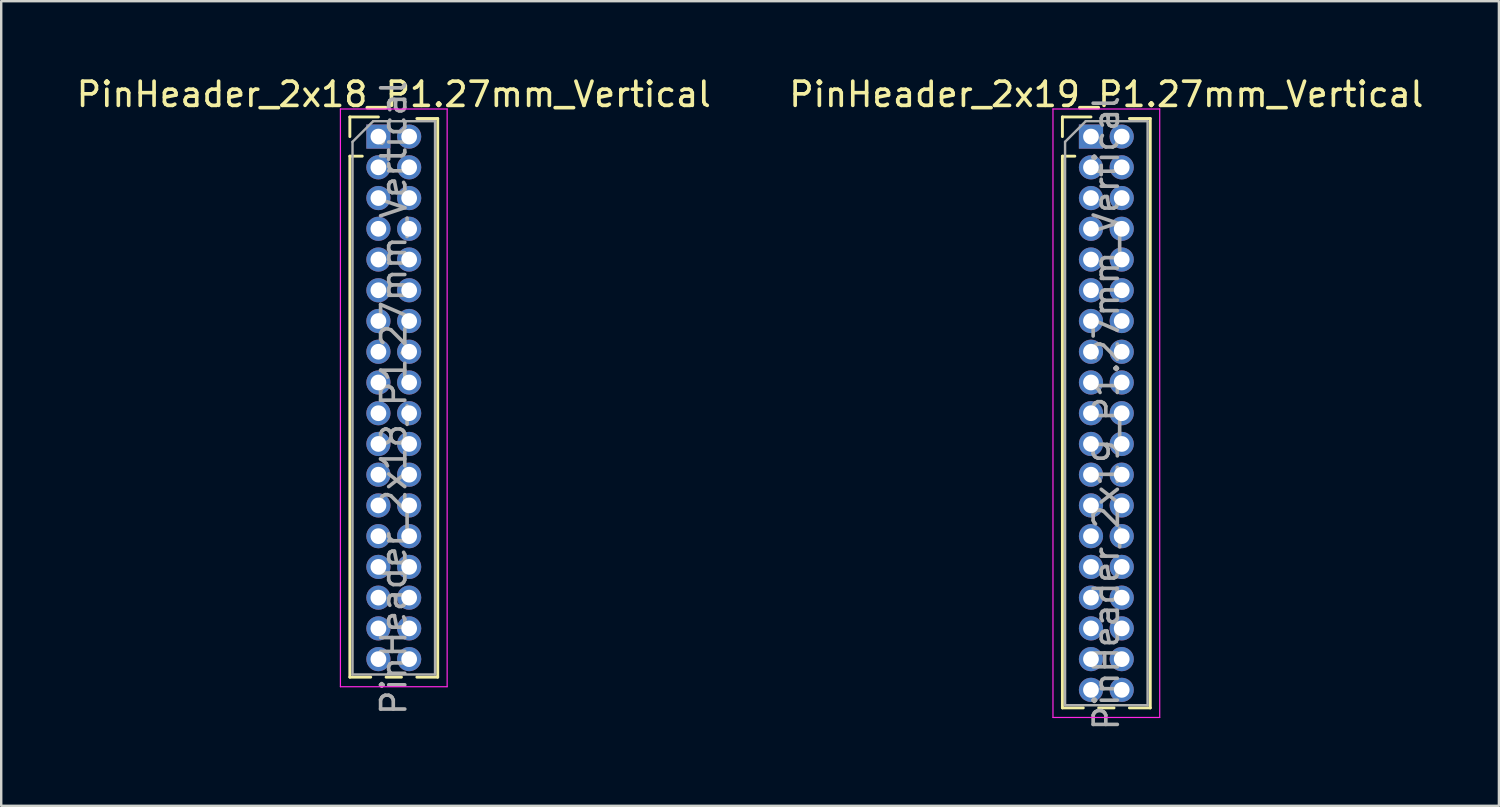
<source format=kicad_pcb>
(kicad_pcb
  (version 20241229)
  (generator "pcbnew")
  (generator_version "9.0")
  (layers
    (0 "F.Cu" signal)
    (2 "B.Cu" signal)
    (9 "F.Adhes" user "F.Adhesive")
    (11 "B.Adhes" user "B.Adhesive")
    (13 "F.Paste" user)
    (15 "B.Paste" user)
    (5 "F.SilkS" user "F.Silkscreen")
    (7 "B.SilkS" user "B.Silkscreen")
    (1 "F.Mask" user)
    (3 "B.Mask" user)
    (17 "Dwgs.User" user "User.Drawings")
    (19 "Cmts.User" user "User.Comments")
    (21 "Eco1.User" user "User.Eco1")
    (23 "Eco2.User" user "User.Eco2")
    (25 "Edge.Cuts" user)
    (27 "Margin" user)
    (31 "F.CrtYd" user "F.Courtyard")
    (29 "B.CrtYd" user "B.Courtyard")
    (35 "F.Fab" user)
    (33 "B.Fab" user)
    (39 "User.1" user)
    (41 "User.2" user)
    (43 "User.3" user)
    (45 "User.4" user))
  (footprint "PinHeader_2x18_P1.27mm_Vertical"
    (layer "F.Cu")
    (at 12.585 2.593)
    (property "Reference" "PinHeader_2x18_P1.27mm_Vertical" (at 0.635 -1.745 0) (layer "F.SilkS") (effects (font (size 1 1) (thickness 0.15))))
    (attr through_hole)
    (fp_line (start -1.18 -0.81) (end 0 -0.81) (stroke (width 0.12) (type solid)) (layer "F.SilkS"))
    (fp_line (start -1.18 0) (end -1.18 -0.81) (stroke (width 0.12) (type solid)) (layer "F.SilkS"))
    (fp_line (start -1.18 0.81) (end -1.18 22.335) (stroke (width 0.12) (type solid)) (layer "F.SilkS"))
    (fp_line (start -1.18 0.81) (end -0.667 0.81) (stroke (width 0.12) (type solid)) (layer "F.SilkS"))
    (fp_line (start -1.18 22.335) (end -0.318 22.335) (stroke (width 0.12) (type solid)) (layer "F.SilkS"))
    (fp_line (start 0.318 22.335) (end 0.952 22.335) (stroke (width 0.12) (type solid)) (layer "F.SilkS"))
    (fp_line (start 1.588 -0.745) (end 2.45 -0.745) (stroke (width 0.12) (type solid)) (layer "F.SilkS"))
    (fp_line (start 1.588 22.335) (end 2.45 22.335) (stroke (width 0.12) (type solid)) (layer "F.SilkS"))
    (fp_line (start 2.45 -0.745) (end 2.45 22.335) (stroke (width 0.12) (type solid)) (layer "F.SilkS"))
    (fp_line (start -1.57 -1.14) (end -1.57 22.73) (stroke (width 0.05) (type solid)) (layer "F.CrtYd"))
    (fp_line (start -1.57 22.73) (end 2.84 22.73) (stroke (width 0.05) (type solid)) (layer "F.CrtYd"))
    (fp_line (start 2.84 -1.14) (end -1.57 -1.14) (stroke (width 0.05) (type solid)) (layer "F.CrtYd"))
    (fp_line (start 2.84 22.73) (end 2.84 -1.14) (stroke (width 0.05) (type solid)) (layer "F.CrtYd"))
    (fp_line (start -1.07 0.217) (end -0.217 -0.635) (stroke (width 0.1) (type solid)) (layer "F.Fab"))
    (fp_line (start -1.07 22.225) (end -1.07 0.217) (stroke (width 0.1) (type solid)) (layer "F.Fab"))
    (fp_line (start -0.217 -0.635) (end 2.34 -0.635) (stroke (width 0.1) (type solid)) (layer "F.Fab"))
    (fp_line (start 2.34 -0.635) (end 2.34 22.225) (stroke (width 0.1) (type solid)) (layer "F.Fab"))
    (fp_line (start 2.34 22.225) (end -1.07 22.225) (stroke (width 0.1) (type solid)) (layer "F.Fab"))
    (fp_text user "${REFERENCE}" (at 0.635 10.795 90) (layer "F.Fab") (effects (font (size 1 1) (thickness 0.15))))
    (pad "1" thru_hole rect (at 0 0) (size 1 1) (drill 0.65) (layers "*.Cu" "*.Mask"))
    (pad "2" thru_hole circle (at 1.27 0) (size 1 1) (drill 0.65) (layers "*.Cu" "*.Mask"))
    (pad "3" thru_hole circle (at 0 1.27) (size 1 1) (drill 0.65) (layers "*.Cu" "*.Mask"))
    (pad "4" thru_hole circle (at 1.27 1.27) (size 1 1) (drill 0.65) (layers "*.Cu" "*.Mask"))
    (pad "5" thru_hole circle (at 0 2.54) (size 1 1) (drill 0.65) (layers "*.Cu" "*.Mask"))
    (pad "6" thru_hole circle (at 1.27 2.54) (size 1 1) (drill 0.65) (layers "*.Cu" "*.Mask"))
    (pad "7" thru_hole circle (at 0 3.81) (size 1 1) (drill 0.65) (layers "*.Cu" "*.Mask"))
    (pad "8" thru_hole circle (at 1.27 3.81) (size 1 1) (drill 0.65) (layers "*.Cu" "*.Mask"))
    (pad "9" thru_hole circle (at 0 5.08) (size 1 1) (drill 0.65) (layers "*.Cu" "*.Mask"))
    (pad "10" thru_hole circle (at 1.27 5.08) (size 1 1) (drill 0.65) (layers "*.Cu" "*.Mask"))
    (pad "11" thru_hole circle (at 0 6.35) (size 1 1) (drill 0.65) (layers "*.Cu" "*.Mask"))
    (pad "12" thru_hole circle (at 1.27 6.35) (size 1 1) (drill 0.65) (layers "*.Cu" "*.Mask"))
    (pad "13" thru_hole circle (at 0 7.62) (size 1 1) (drill 0.65) (layers "*.Cu" "*.Mask"))
    (pad "14" thru_hole circle (at 1.27 7.62) (size 1 1) (drill 0.65) (layers "*.Cu" "*.Mask"))
    (pad "15" thru_hole circle (at 0 8.89) (size 1 1) (drill 0.65) (layers "*.Cu" "*.Mask"))
    (pad "16" thru_hole circle (at 1.27 8.89) (size 1 1) (drill 0.65) (layers "*.Cu" "*.Mask"))
    (pad "17" thru_hole circle (at 0 10.16) (size 1 1) (drill 0.65) (layers "*.Cu" "*.Mask"))
    (pad "18" thru_hole circle (at 1.27 10.16) (size 1 1) (drill 0.65) (layers "*.Cu" "*.Mask"))
    (pad "19" thru_hole circle (at 0 11.43) (size 1 1) (drill 0.65) (layers "*.Cu" "*.Mask"))
    (pad "20" thru_hole circle (at 1.27 11.43) (size 1 1) (drill 0.65) (layers "*.Cu" "*.Mask"))
    (pad "21" thru_hole circle (at 0 12.7) (size 1 1) (drill 0.65) (layers "*.Cu" "*.Mask"))
    (pad "22" thru_hole circle (at 1.27 12.7) (size 1 1) (drill 0.65) (layers "*.Cu" "*.Mask"))
    (pad "23" thru_hole circle (at 0 13.97) (size 1 1) (drill 0.65) (layers "*.Cu" "*.Mask"))
    (pad "24" thru_hole circle (at 1.27 13.97) (size 1 1) (drill 0.65) (layers "*.Cu" "*.Mask"))
    (pad "25" thru_hole circle (at 0 15.24) (size 1 1) (drill 0.65) (layers "*.Cu" "*.Mask"))
    (pad "26" thru_hole circle (at 1.27 15.24) (size 1 1) (drill 0.65) (layers "*.Cu" "*.Mask"))
    (pad "27" thru_hole circle (at 0 16.51) (size 1 1) (drill 0.65) (layers "*.Cu" "*.Mask"))
    (pad "28" thru_hole circle (at 1.27 16.51) (size 1 1) (drill 0.65) (layers "*.Cu" "*.Mask"))
    (pad "29" thru_hole circle (at 0 17.78) (size 1 1) (drill 0.65) (layers "*.Cu" "*.Mask"))
    (pad "30" thru_hole circle (at 1.27 17.78) (size 1 1) (drill 0.65) (layers "*.Cu" "*.Mask"))
    (pad "31" thru_hole circle (at 0 19.05) (size 1 1) (drill 0.65) (layers "*.Cu" "*.Mask"))
    (pad "32" thru_hole circle (at 1.27 19.05) (size 1 1) (drill 0.65) (layers "*.Cu" "*.Mask"))
    (pad "33" thru_hole circle (at 0 20.32) (size 1 1) (drill 0.65) (layers "*.Cu" "*.Mask"))
    (pad "34" thru_hole circle (at 1.27 20.32) (size 1 1) (drill 0.65) (layers "*.Cu" "*.Mask"))
    (pad "35" thru_hole circle (at 0 21.59) (size 1 1) (drill 0.65) (layers "*.Cu" "*.Mask"))
    (pad "36" thru_hole circle (at 1.27 21.59) (size 1 1) (drill 0.65) (layers "*.Cu" "*.Mask")))
  (footprint "PinHeader_2x19_P1.27mm_Vertical"
    (layer "F.Cu")
    (at 42.026 2.593)
    (property "Reference" "PinHeader_2x19_P1.27mm_Vertical" (at 0.635 -1.745 0) (layer "F.SilkS") (effects (font (size 1 1) (thickness 0.15))))
    (attr through_hole)
    (fp_line (start -1.18 -0.81) (end 0 -0.81) (stroke (width 0.12) (type solid)) (layer "F.SilkS"))
    (fp_line (start -1.18 0) (end -1.18 -0.81) (stroke (width 0.12) (type solid)) (layer "F.SilkS"))
    (fp_line (start -1.18 0.81) (end -1.18 23.605) (stroke (width 0.12) (type solid)) (layer "F.SilkS"))
    (fp_line (start -1.18 0.81) (end -0.667 0.81) (stroke (width 0.12) (type solid)) (layer "F.SilkS"))
    (fp_line (start -1.18 23.605) (end -0.318 23.605) (stroke (width 0.12) (type solid)) (layer "F.SilkS"))
    (fp_line (start 0.318 23.605) (end 0.952 23.605) (stroke (width 0.12) (type solid)) (layer "F.SilkS"))
    (fp_line (start 1.588 -0.745) (end 2.45 -0.745) (stroke (width 0.12) (type solid)) (layer "F.SilkS"))
    (fp_line (start 1.588 23.605) (end 2.45 23.605) (stroke (width 0.12) (type solid)) (layer "F.SilkS"))
    (fp_line (start 2.45 -0.745) (end 2.45 23.605) (stroke (width 0.12) (type solid)) (layer "F.SilkS"))
    (fp_line (start -1.57 -1.14) (end -1.57 24) (stroke (width 0.05) (type solid)) (layer "F.CrtYd"))
    (fp_line (start -1.57 24) (end 2.84 24) (stroke (width 0.05) (type solid)) (layer "F.CrtYd"))
    (fp_line (start 2.84 -1.14) (end -1.57 -1.14) (stroke (width 0.05) (type solid)) (layer "F.CrtYd"))
    (fp_line (start 2.84 24) (end 2.84 -1.14) (stroke (width 0.05) (type solid)) (layer "F.CrtYd"))
    (fp_line (start -1.07 0.217) (end -0.217 -0.635) (stroke (width 0.1) (type solid)) (layer "F.Fab"))
    (fp_line (start -1.07 23.495) (end -1.07 0.217) (stroke (width 0.1) (type solid)) (layer "F.Fab"))
    (fp_line (start -0.217 -0.635) (end 2.34 -0.635) (stroke (width 0.1) (type solid)) (layer "F.Fab"))
    (fp_line (start 2.34 -0.635) (end 2.34 23.495) (stroke (width 0.1) (type solid)) (layer "F.Fab"))
    (fp_line (start 2.34 23.495) (end -1.07 23.495) (stroke (width 0.1) (type solid)) (layer "F.Fab"))
    (fp_text user "${REFERENCE}" (at 0.635 11.43 90) (layer "F.Fab") (effects (font (size 1 1) (thickness 0.15))))
    (pad "1" thru_hole rect (at 0 0) (size 1 1) (drill 0.65) (layers "*.Cu" "*.Mask"))
    (pad "2" thru_hole circle (at 1.27 0) (size 1 1) (drill 0.65) (layers "*.Cu" "*.Mask"))
    (pad "3" thru_hole circle (at 0 1.27) (size 1 1) (drill 0.65) (layers "*.Cu" "*.Mask"))
    (pad "4" thru_hole circle (at 1.27 1.27) (size 1 1) (drill 0.65) (layers "*.Cu" "*.Mask"))
    (pad "5" thru_hole circle (at 0 2.54) (size 1 1) (drill 0.65) (layers "*.Cu" "*.Mask"))
    (pad "6" thru_hole circle (at 1.27 2.54) (size 1 1) (drill 0.65) (layers "*.Cu" "*.Mask"))
    (pad "7" thru_hole circle (at 0 3.81) (size 1 1) (drill 0.65) (layers "*.Cu" "*.Mask"))
    (pad "8" thru_hole circle (at 1.27 3.81) (size 1 1) (drill 0.65) (layers "*.Cu" "*.Mask"))
    (pad "9" thru_hole circle (at 0 5.08) (size 1 1) (drill 0.65) (layers "*.Cu" "*.Mask"))
    (pad "10" thru_hole circle (at 1.27 5.08) (size 1 1) (drill 0.65) (layers "*.Cu" "*.Mask"))
    (pad "11" thru_hole circle (at 0 6.35) (size 1 1) (drill 0.65) (layers "*.Cu" "*.Mask"))
    (pad "12" thru_hole circle (at 1.27 6.35) (size 1 1) (drill 0.65) (layers "*.Cu" "*.Mask"))
    (pad "13" thru_hole circle (at 0 7.62) (size 1 1) (drill 0.65) (layers "*.Cu" "*.Mask"))
    (pad "14" thru_hole circle (at 1.27 7.62) (size 1 1) (drill 0.65) (layers "*.Cu" "*.Mask"))
    (pad "15" thru_hole circle (at 0 8.89) (size 1 1) (drill 0.65) (layers "*.Cu" "*.Mask"))
    (pad "16" thru_hole circle (at 1.27 8.89) (size 1 1) (drill 0.65) (layers "*.Cu" "*.Mask"))
    (pad "17" thru_hole circle (at 0 10.16) (size 1 1) (drill 0.65) (layers "*.Cu" "*.Mask"))
    (pad "18" thru_hole circle (at 1.27 10.16) (size 1 1) (drill 0.65) (layers "*.Cu" "*.Mask"))
    (pad "19" thru_hole circle (at 0 11.43) (size 1 1) (drill 0.65) (layers "*.Cu" "*.Mask"))
    (pad "20" thru_hole circle (at 1.27 11.43) (size 1 1) (drill 0.65) (layers "*.Cu" "*.Mask"))
    (pad "21" thru_hole circle (at 0 12.7) (size 1 1) (drill 0.65) (layers "*.Cu" "*.Mask"))
    (pad "22" thru_hole circle (at 1.27 12.7) (size 1 1) (drill 0.65) (layers "*.Cu" "*.Mask"))
    (pad "23" thru_hole circle (at 0 13.97) (size 1 1) (drill 0.65) (layers "*.Cu" "*.Mask"))
    (pad "24" thru_hole circle (at 1.27 13.97) (size 1 1) (drill 0.65) (layers "*.Cu" "*.Mask"))
    (pad "25" thru_hole circle (at 0 15.24) (size 1 1) (drill 0.65) (layers "*.Cu" "*.Mask"))
    (pad "26" thru_hole circle (at 1.27 15.24) (size 1 1) (drill 0.65) (layers "*.Cu" "*.Mask"))
    (pad "27" thru_hole circle (at 0 16.51) (size 1 1) (drill 0.65) (layers "*.Cu" "*.Mask"))
    (pad "28" thru_hole circle (at 1.27 16.51) (size 1 1) (drill 0.65) (layers "*.Cu" "*.Mask"))
    (pad "29" thru_hole circle (at 0 17.78) (size 1 1) (drill 0.65) (layers "*.Cu" "*.Mask"))
    (pad "30" thru_hole circle (at 1.27 17.78) (size 1 1) (drill 0.65) (layers "*.Cu" "*.Mask"))
    (pad "31" thru_hole circle (at 0 19.05) (size 1 1) (drill 0.65) (layers "*.Cu" "*.Mask"))
    (pad "32" thru_hole circle (at 1.27 19.05) (size 1 1) (drill 0.65) (layers "*.Cu" "*.Mask"))
    (pad "33" thru_hole circle (at 0 20.32) (size 1 1) (drill 0.65) (layers "*.Cu" "*.Mask"))
    (pad "34" thru_hole circle (at 1.27 20.32) (size 1 1) (drill 0.65) (layers "*.Cu" "*.Mask"))
    (pad "35" thru_hole circle (at 0 21.59) (size 1 1) (drill 0.65) (layers "*.Cu" "*.Mask"))
    (pad "36" thru_hole circle (at 1.27 21.59) (size 1 1) (drill 0.65) (layers "*.Cu" "*.Mask"))
    (pad "37" thru_hole circle (at 0 22.86) (size 1 1) (drill 0.65) (layers "*.Cu" "*.Mask"))
    (pad "38" thru_hole circle (at 1.27 22.86) (size 1 1) (drill 0.65) (layers "*.Cu" "*.Mask")))
  (gr_rect
    (start -3 -3)
    (end 58.881 30.243)
    (stroke (width 0.1) (type default))
    (fill no)
    (layer "Edge.Cuts")))
</source>
